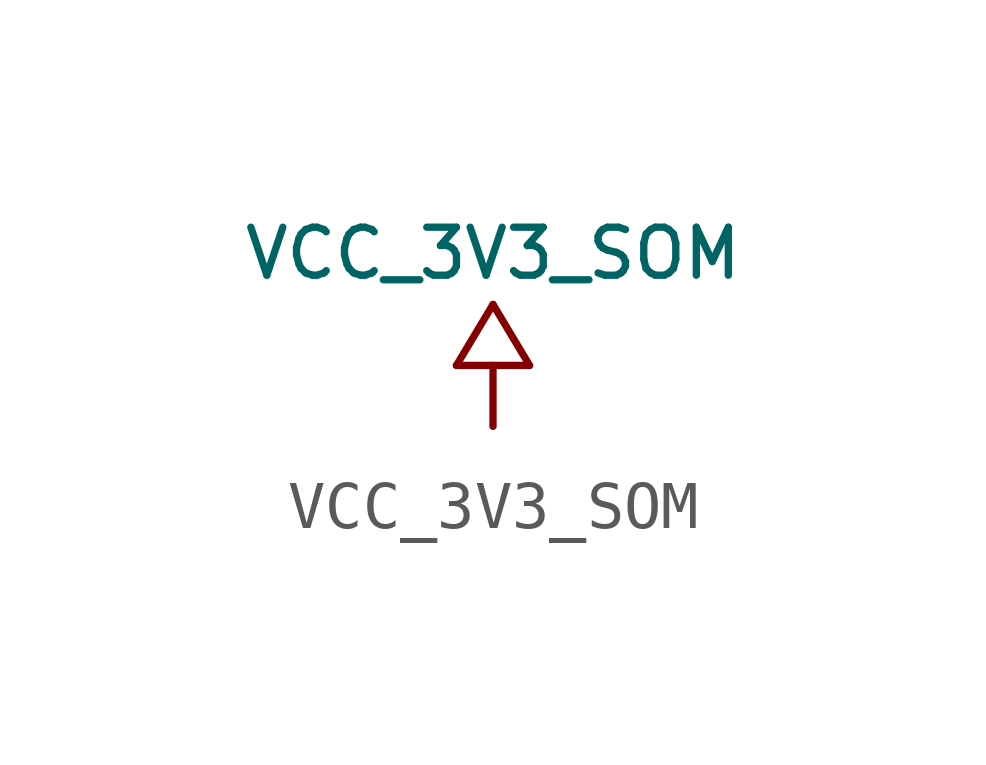
<source format=kicad_sym>
(kicad_symbol_lib
  (version 20241209)
  (generator "kicad_symbol_editor")
  (generator_version "9.0")
  (symbol "VCC_3V3_SOM"
    (power)
    (pin_names
      (offset 0))
    (property "Reference" "#PWR?"
      (at 0 -3.81 0)
      (effects (font (size 1.27 1.27)) (hide yes)))
    (property "Value" "VCC_3V3_SOM"
      (at 0 3.605 0)
      (effects (font (size 1 1))))
    (symbol "VCC_3V3_SOM_0_1"
      (polyline (pts (xy -0.762 1.27) (xy 0 2.54)) (stroke (width 0) (type default)) (fill (type none)))
      (polyline (pts (xy -0.762 1.27) (xy 0.762 1.27)) (stroke (width 0) (type default)) (fill (type none)))
      (polyline (pts (xy 0 2.54) (xy 0.762 1.27)) (stroke (width 0) (type default)) (fill (type none)))
      (polyline (pts (xy 0 0) (xy 0 1.27)) (stroke (width 0) (type default)) (fill (type none))))
    (symbol "VCC_3V3_SOM_1_1"
      (pin power_in line (at 0 0 90) (length 0) (hide yes) (name "VCC_3V3_SOM" (effects (font (size 1.27 1.27)))) (number "1" (effects (font (size 1.27 1.27))))))))
</source>
